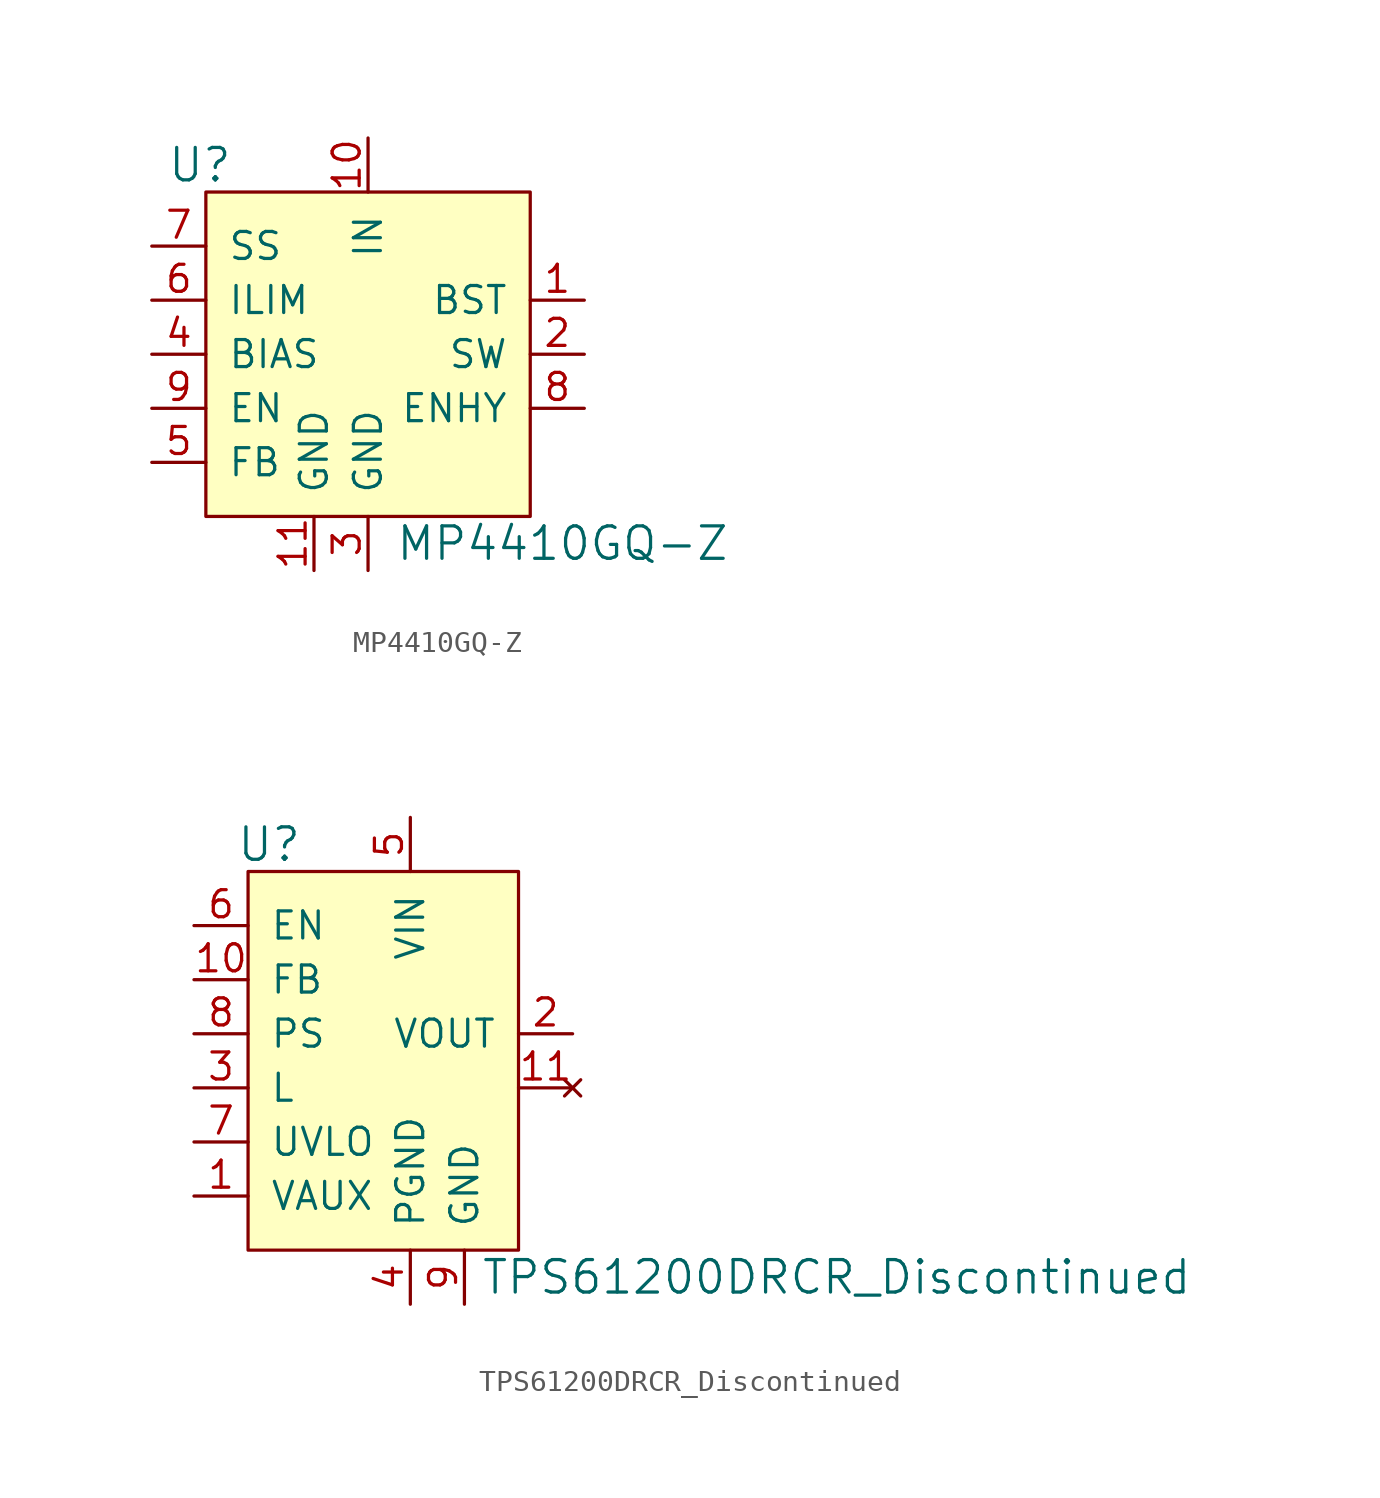
<source format=kicad_sym>
(kicad_symbol_lib
  (version 20201005)
  (generator kicad_symbol_editor)
  (symbol "MP4410GQ-Z"
    (pin_names
      (offset 1.016))
    (property "Reference" "U"
      (at -6.35 8.89 0)
      (effects (font (size 1.524 1.524)) (justify right)))
    (property "Value" "MP4410GQ-Z"
      (at 1.27 -8.89 0)
      (effects (font (size 1.524 1.524)) (justify left)))
    (symbol "MP4410GQ-Z_0_1"
      (rectangle (start -7.62 7.62) (end 7.62 -7.62) (stroke (width 0)) (fill (type background)))
      (pin output line (at 10.16 2.54 180) (length 2.54) (name "BST" (effects (font (size 1.27 1.27)))) (number "1" (effects (font (size 1.27 1.27)))))
      (pin power_in line (at 0 10.16 270) (length 2.54) (name "IN" (effects (font (size 1.27 1.27)))) (number "10" (effects (font (size 1.27 1.27)))))
      (pin power_in line (at -2.54 -10.16 90) (length 2.54) (name "GND" (effects (font (size 1.27 1.27)))) (number "11" (effects (font (size 1.27 1.27)))))
      (pin output line (at 10.16 0 180) (length 2.54) (name "SW" (effects (font (size 1.27 1.27)))) (number "2" (effects (font (size 1.27 1.27)))))
      (pin power_in line (at 0 -10.16 90) (length 2.54) (name "GND" (effects (font (size 1.27 1.27)))) (number "3" (effects (font (size 1.27 1.27)))))
      (pin input line (at -10.16 0 0) (length 2.54) (name "BIAS" (effects (font (size 1.27 1.27)))) (number "4" (effects (font (size 1.27 1.27)))))
      (pin input line (at -10.16 -5.08 0) (length 2.54) (name "FB" (effects (font (size 1.27 1.27)))) (number "5" (effects (font (size 1.27 1.27)))))
      (pin input line (at -10.16 2.54 0) (length 2.54) (name "ILIM" (effects (font (size 1.27 1.27)))) (number "6" (effects (font (size 1.27 1.27)))))
      (pin input line (at -10.16 5.08 0) (length 2.54) (name "SS" (effects (font (size 1.27 1.27)))) (number "7" (effects (font (size 1.27 1.27)))))
      (pin output line (at 10.16 -2.54 180) (length 2.54) (name "ENHY" (effects (font (size 1.27 1.27)))) (number "8" (effects (font (size 1.27 1.27)))))
      (pin input line (at -10.16 -2.54 0) (length 2.54) (name "EN" (effects (font (size 1.27 1.27)))) (number "9" (effects (font (size 1.27 1.27)))))))
  (symbol "TPS61200DRCR_Discontinued"
    (pin_names
      (offset 1.016))
    (property "Reference" "U"
      (at -5.08 3.81 0)
      (effects (font (size 1.524 1.524)) (justify right)))
    (property "Value" "TPS61200DRCR_Discontinued"
      (at 3.302 -16.51 0)
      (effects (font (size 1.524 1.524)) (justify left)))
    (symbol "TPS61200DRCR_Discontinued_0_1"
      (rectangle (start -7.62 2.54) (end 5.08 -15.24) (stroke (width 0)) (fill (type background))))
    (symbol "TPS61200DRCR_Discontinued_1_1"
      (pin bidirectional line (at -10.16 -12.7 0) (length 2.54) (name "VAUX" (effects (font (size 1.27 1.27)))) (number "1" (effects (font (size 1.27 1.27)))))
      (pin output line (at 7.62 -5.08 180) (length 2.54) (name "VOUT" (effects (font (size 1.27 1.27)))) (number "2" (effects (font (size 1.27 1.27)))))
      (pin input line (at -10.16 -7.62 0) (length 2.54) (name "L" (effects (font (size 1.27 1.27)))) (number "3" (effects (font (size 1.27 1.27)))))
      (pin power_in line (at 0 -17.78 90) (length 2.54) (name "PGND" (effects (font (size 1.27 1.27)))) (number "4" (effects (font (size 1.27 1.27)))))
      (pin power_in line (at 0 5.08 270) (length 2.54) (name "VIN" (effects (font (size 1.27 1.27)))) (number "5" (effects (font (size 1.27 1.27)))))
      (pin input line (at -10.16 0 0) (length 2.54) (name "EN" (effects (font (size 1.27 1.27)))) (number "6" (effects (font (size 1.27 1.27)))))
      (pin input line (at -10.16 -10.16 0) (length 2.54) (name "UVLO" (effects (font (size 1.27 1.27)))) (number "7" (effects (font (size 1.27 1.27)))))
      (pin input line (at -10.16 -5.08 0) (length 2.54) (name "PS" (effects (font (size 1.27 1.27)))) (number "8" (effects (font (size 1.27 1.27)))))
      (pin power_in line (at 2.54 -17.78 90) (length 2.54) (name "GND" (effects (font (size 1.27 1.27)))) (number "9" (effects (font (size 1.27 1.27)))))
      (pin input line (at -10.16 -2.54 0) (length 2.54) (name "FB" (effects (font (size 1.27 1.27)))) (number "10" (effects (font (size 1.27 1.27)))))
      (pin no_connect line (at 7.62 -7.62 180) (length 2.54) (name "~" (effects (font (size 1.27 1.27)))) (number "11" (effects (font (size 1.27 1.27))))))))
</source>
